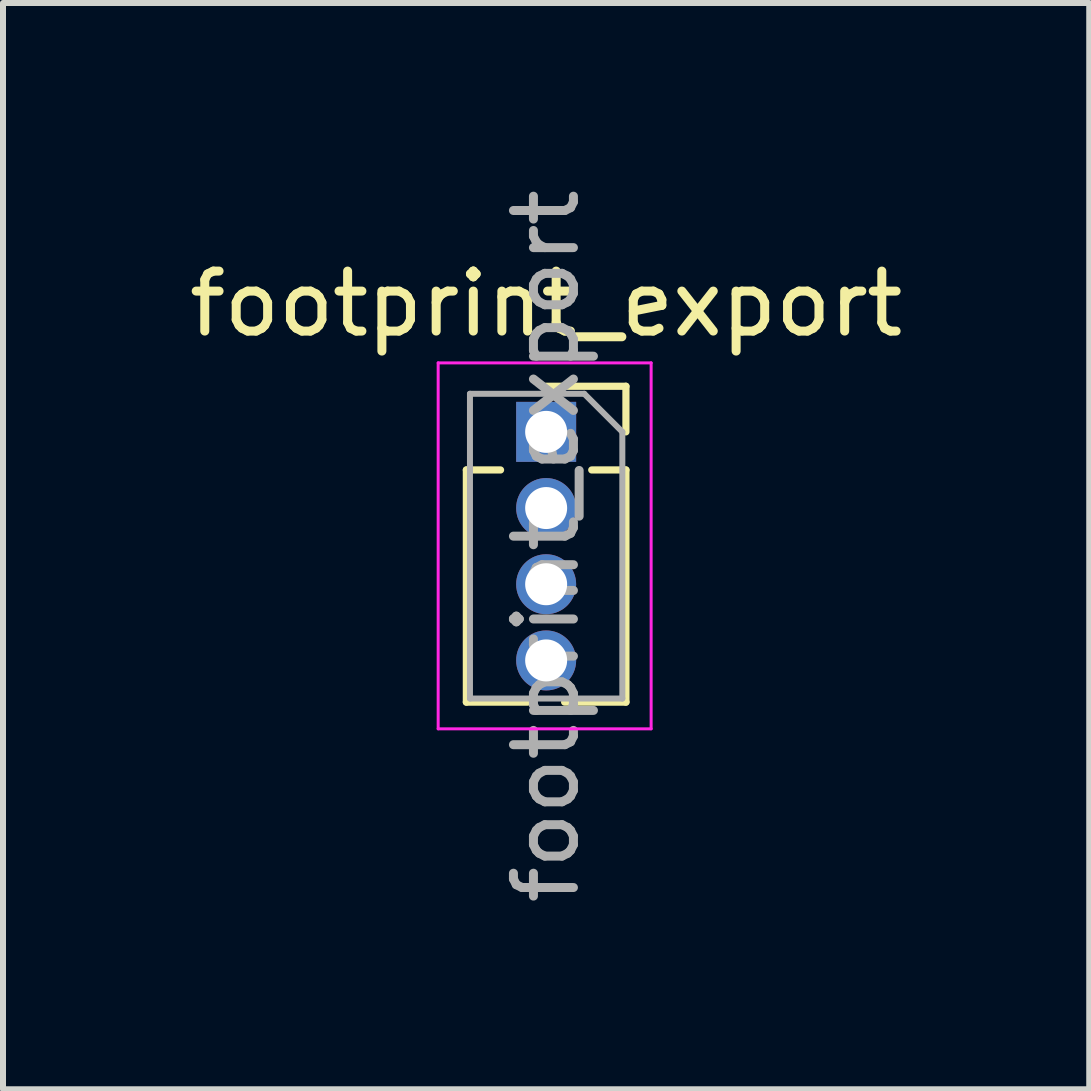
<source format=kicad_pcb>
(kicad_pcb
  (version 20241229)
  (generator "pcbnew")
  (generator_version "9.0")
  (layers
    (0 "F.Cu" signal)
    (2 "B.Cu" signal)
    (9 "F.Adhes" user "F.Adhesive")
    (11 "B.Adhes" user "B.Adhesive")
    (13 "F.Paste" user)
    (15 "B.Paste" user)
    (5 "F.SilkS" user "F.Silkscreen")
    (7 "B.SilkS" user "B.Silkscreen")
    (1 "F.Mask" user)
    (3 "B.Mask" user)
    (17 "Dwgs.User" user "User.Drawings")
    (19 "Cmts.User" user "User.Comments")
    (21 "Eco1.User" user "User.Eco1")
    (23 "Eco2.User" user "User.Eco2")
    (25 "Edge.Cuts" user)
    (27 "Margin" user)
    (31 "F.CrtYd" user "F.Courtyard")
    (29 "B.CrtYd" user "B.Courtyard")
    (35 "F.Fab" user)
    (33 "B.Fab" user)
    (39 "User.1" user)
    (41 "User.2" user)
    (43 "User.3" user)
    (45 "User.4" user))
  (footprint "footprint_export"
    (layer "F.Cu")
    (at 6.054 4.149)
    (property "Reference" "footprint_export" (at 0 -2.135 0) (layer "F.SilkS") (effects (font (size 1 1) (thickness 0.15))))
    (attr through_hole)
    (fp_line (start -1.33 0.635) (end -1.33 4.505) (stroke (width 0.12) (type solid)) (layer "F.SilkS"))
    (fp_line (start -1.33 0.635) (end -0.76 0.635) (stroke (width 0.12) (type solid)) (layer "F.SilkS"))
    (fp_line (start -1.33 4.505) (end -0.308 4.505) (stroke (width 0.12) (type solid)) (layer "F.SilkS"))
    (fp_line (start 0 -0.76) (end 1.33 -0.76) (stroke (width 0.12) (type solid)) (layer "F.SilkS"))
    (fp_line (start 0.308 4.505) (end 1.33 4.505) (stroke (width 0.12) (type solid)) (layer "F.SilkS"))
    (fp_line (start 0.76 0.635) (end 1.33 0.635) (stroke (width 0.12) (type solid)) (layer "F.SilkS"))
    (fp_line (start 1.33 -0.76) (end 1.33 0) (stroke (width 0.12) (type solid)) (layer "F.SilkS"))
    (fp_line (start 1.33 0.635) (end 1.33 4.505) (stroke (width 0.12) (type solid)) (layer "F.SilkS"))
    (fp_line (start -1.8 -1.15) (end 1.75 -1.15) (stroke (width 0.05) (type solid)) (layer "F.CrtYd"))
    (fp_line (start -1.8 4.95) (end -1.8 -1.15) (stroke (width 0.05) (type solid)) (layer "F.CrtYd"))
    (fp_line (start 1.75 -1.15) (end 1.75 4.95) (stroke (width 0.05) (type solid)) (layer "F.CrtYd"))
    (fp_line (start 1.75 4.95) (end -1.8 4.95) (stroke (width 0.05) (type solid)) (layer "F.CrtYd"))
    (fp_line (start -1.27 -0.635) (end 0.635 -0.635) (stroke (width 0.1) (type solid)) (layer "F.Fab"))
    (fp_line (start -1.27 4.445) (end -1.27 -0.635) (stroke (width 0.1) (type solid)) (layer "F.Fab"))
    (fp_line (start 0.635 -0.635) (end 1.27 0) (stroke (width 0.1) (type solid)) (layer "F.Fab"))
    (fp_line (start 1.27 0) (end 1.27 4.445) (stroke (width 0.1) (type solid)) (layer "F.Fab"))
    (fp_line (start 1.27 4.445) (end -1.27 4.445) (stroke (width 0.1) (type solid)) (layer "F.Fab"))
    (fp_text user "${REFERENCE}" (at 0 1.905 90) (layer "F.Fab") (effects (font (size 1 1) (thickness 0.15))))
    (pad "1" thru_hole rect (at 0 0) (size 1 1) (drill 0.7) (layers "*.Cu" "*.Mask"))
    (pad "2" thru_hole oval (at 0 1.27) (size 1 1) (drill 0.7) (layers "*.Cu" "*.Mask"))
    (pad "3" thru_hole oval (at 0 2.54) (size 1 1) (drill 0.7) (layers "*.Cu" "*.Mask"))
    (pad "4" thru_hole oval (at 0 3.81) (size 1 1) (drill 0.7) (layers "*.Cu" "*.Mask")))
  (gr_rect
    (start -3 -3)
    (end 15.107 15.107)
    (stroke (width 0.1) (type default))
    (fill no)
    (layer "Edge.Cuts")))
</source>
